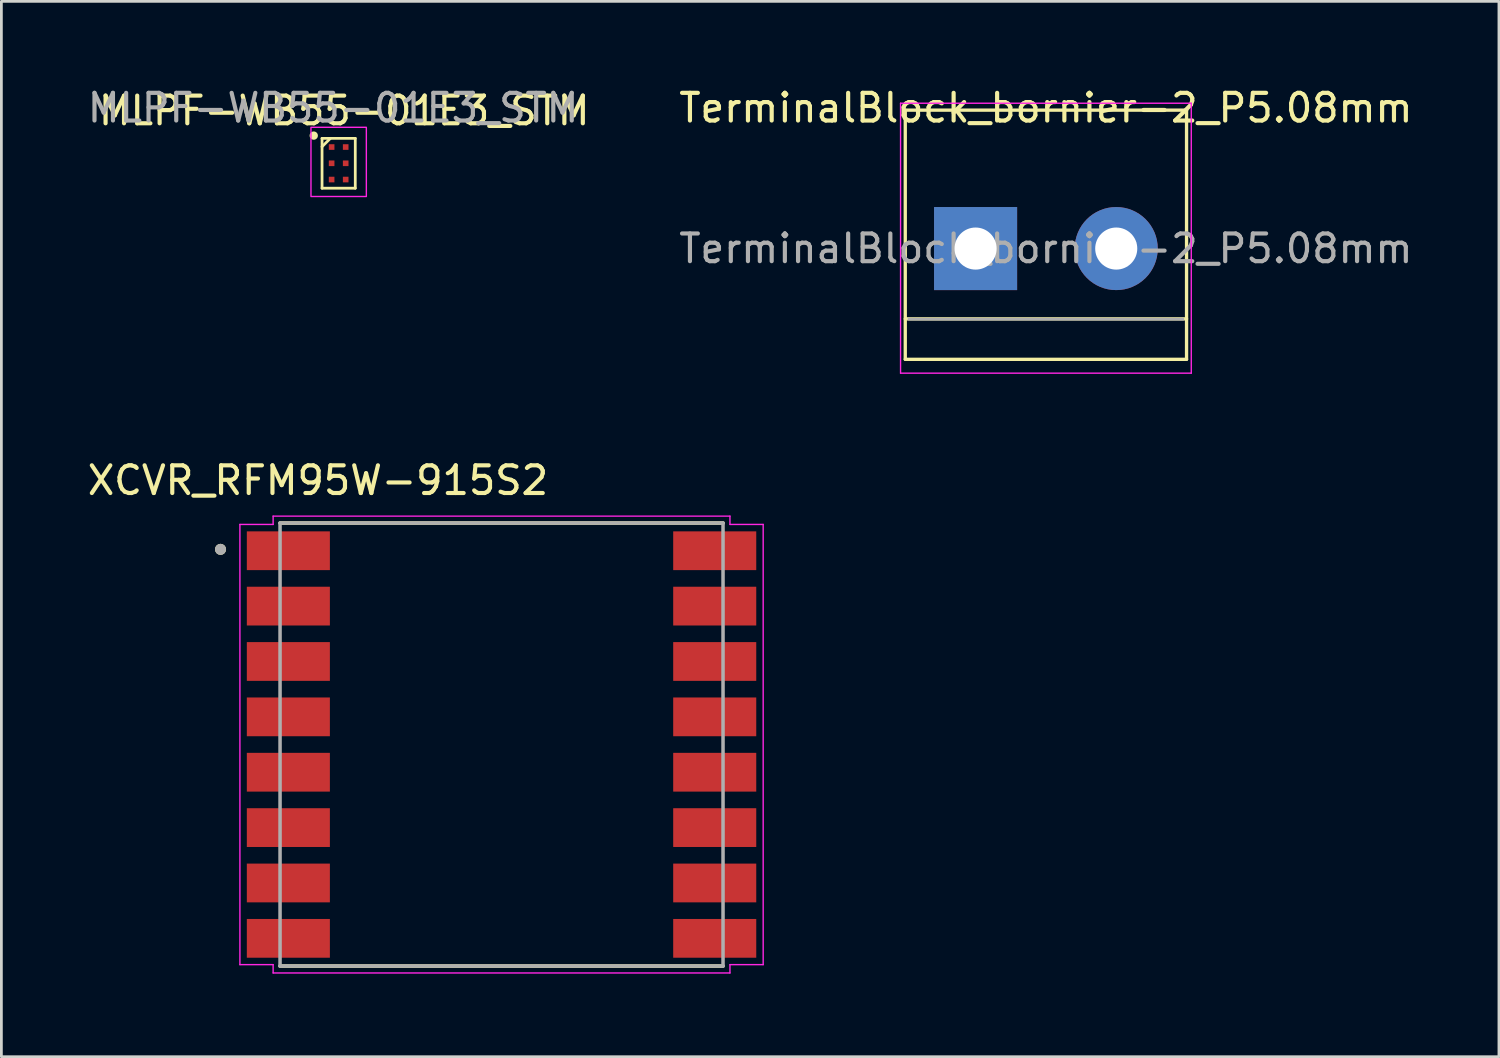
<source format=kicad_pcb>
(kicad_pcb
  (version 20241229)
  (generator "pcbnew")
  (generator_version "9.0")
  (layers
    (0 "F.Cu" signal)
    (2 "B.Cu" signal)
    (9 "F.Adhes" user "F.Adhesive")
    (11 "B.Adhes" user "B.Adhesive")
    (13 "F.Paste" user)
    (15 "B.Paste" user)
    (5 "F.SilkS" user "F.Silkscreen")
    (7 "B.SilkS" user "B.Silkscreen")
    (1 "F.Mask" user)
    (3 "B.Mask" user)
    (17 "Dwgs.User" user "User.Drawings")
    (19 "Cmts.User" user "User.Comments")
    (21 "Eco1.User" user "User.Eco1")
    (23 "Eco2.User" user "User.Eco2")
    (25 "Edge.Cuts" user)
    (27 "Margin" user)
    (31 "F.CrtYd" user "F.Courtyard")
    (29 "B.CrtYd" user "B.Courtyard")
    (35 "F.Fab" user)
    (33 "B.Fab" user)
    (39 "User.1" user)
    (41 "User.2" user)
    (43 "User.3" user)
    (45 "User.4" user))
  (footprint "MLPF-WB55-01E3_STM"
    (layer "F.Cu")
    (at 9.182 2.848)
    (property "Reference" "MLPF-WB55-01E3_STM" (at 0.2 -1.9 0) (unlocked yes) (layer "F.SilkS") (effects (font (size 1 1) (thickness 0.15))))
    (attr smd)
    (fp_line (start -0.6 -0.9) (end 0.6 -0.9) (stroke (width 0.1) (type default)) (layer "F.SilkS"))
    (fp_line (start -0.6 -0.6) (end -0.3 -0.9) (stroke (width 0.1) (type default)) (layer "F.SilkS"))
    (fp_line (start -0.6 0.9) (end -0.6 -0.9) (stroke (width 0.1) (type default)) (layer "F.SilkS"))
    (fp_line (start 0.6 -0.9) (end 0.6 0.9) (stroke (width 0.1) (type default)) (layer "F.SilkS"))
    (fp_line (start 0.6 0.9) (end -0.6 0.9) (stroke (width 0.1) (type default)) (layer "F.SilkS"))
    (fp_circle (center -0.9 -1) (end -0.8 -1) (stroke (width 0.1) (type solid)) (fill yes) (layer "F.SilkS"))
    (fp_rect (start 1 1.2) (end -1 -1.3) (stroke (width 0.05) (type default)) (fill no) (layer "F.CrtYd"))
    (fp_text user "${REFERENCE}" (at -0.2 -2 0) (unlocked yes) (layer "F.Fab") (effects (font (size 1 1) (thickness 0.15))))
    (pad "1" smd rect (at -0.254 -0.587) (size 0.203 0.203) (layers "F.Cu" "F.Mask" "F.Paste"))
    (pad "2" smd rect (at -0.254 0) (size 0.203 0.203) (layers "F.Cu" "F.Mask" "F.Paste"))
    (pad "3" smd rect (at -0.254 0.587) (size 0.203 0.203) (layers "F.Cu" "F.Mask" "F.Paste"))
    (pad "4" smd rect (at 0.254 0.587) (size 0.203 0.203) (layers "F.Cu" "F.Mask" "F.Paste"))
    (pad "5" smd rect (at 0.254 0) (size 0.203 0.203) (layers "F.Cu" "F.Mask" "F.Paste"))
    (pad "6" smd rect (at 0.254 -0.587) (size 0.203 0.203) (layers "F.Cu" "F.Mask" "F.Paste")))
  (footprint "XCVR_RFM95W-915S2"
    (layer "F.Cu")
    (at 15.065 23.842)
    (property "Reference" "XCVR_RFM95W-915S2" (at -6.631 -9.54 0) (layer "F.SilkS") (effects (font (size 1 1) (thickness 0.15))))
    (attr through_hole)
    (fp_line (start -8 -8) (end 8 -8) (stroke (width 0.127) (type solid)) (layer "F.SilkS"))
    (fp_line (start -8 8) (end 8 8) (stroke (width 0.127) (type solid)) (layer "F.SilkS"))
    (fp_circle (center -10.15 -7.05) (end -10.05 -7.05) (stroke (width 0.2) (type solid)) (fill no) (layer "F.SilkS"))
    (fp_line (start -9.45 -7.95) (end -8.25 -7.95) (stroke (width 0.05) (type solid)) (layer "F.CrtYd"))
    (fp_line (start -9.45 7.95) (end -9.45 -7.95) (stroke (width 0.05) (type solid)) (layer "F.CrtYd"))
    (fp_line (start -8.25 -8.25) (end 8.25 -8.25) (stroke (width 0.05) (type solid)) (layer "F.CrtYd"))
    (fp_line (start -8.25 -7.95) (end -8.25 -8.25) (stroke (width 0.05) (type solid)) (layer "F.CrtYd"))
    (fp_line (start -8.25 7.95) (end -9.45 7.95) (stroke (width 0.05) (type solid)) (layer "F.CrtYd"))
    (fp_line (start -8.25 8.25) (end -8.25 7.95) (stroke (width 0.05) (type solid)) (layer "F.CrtYd"))
    (fp_line (start 8.25 -8.25) (end 8.25 -7.95) (stroke (width 0.05) (type solid)) (layer "F.CrtYd"))
    (fp_line (start 8.25 -7.95) (end 9.45 -7.95) (stroke (width 0.05) (type solid)) (layer "F.CrtYd"))
    (fp_line (start 8.25 7.95) (end 8.25 8.25) (stroke (width 0.05) (type solid)) (layer "F.CrtYd"))
    (fp_line (start 8.25 8.25) (end -8.25 8.25) (stroke (width 0.05) (type solid)) (layer "F.CrtYd"))
    (fp_line (start 9.45 -7.95) (end 9.45 7.95) (stroke (width 0.05) (type solid)) (layer "F.CrtYd"))
    (fp_line (start 9.45 7.95) (end 8.25 7.95) (stroke (width 0.05) (type solid)) (layer "F.CrtYd"))
    (fp_line (start -8 -8) (end 8 -8) (stroke (width 0.127) (type solid)) (layer "F.Fab"))
    (fp_line (start -8 8) (end -8 -8) (stroke (width 0.127) (type solid)) (layer "F.Fab"))
    (fp_line (start 8 -8) (end 8 8) (stroke (width 0.127) (type solid)) (layer "F.Fab"))
    (fp_line (start 8 8) (end -8 8) (stroke (width 0.127) (type solid)) (layer "F.Fab"))
    (fp_circle (center -10.15 -7.05) (end -10.05 -7.05) (stroke (width 0.2) (type solid)) (fill no) (layer "F.Fab"))
    (pad "1" smd rect (at -7.7 -7) (size 3 1.4) (layers "F.Cu" "F.Mask" "F.Paste"))
    (pad "2" smd rect (at -7.7 -5) (size 3 1.4) (layers "F.Cu" "F.Mask" "F.Paste"))
    (pad "3" smd rect (at -7.7 -3) (size 3 1.4) (layers "F.Cu" "F.Mask" "F.Paste"))
    (pad "4" smd rect (at -7.7 -1) (size 3 1.4) (layers "F.Cu" "F.Mask" "F.Paste"))
    (pad "5" smd rect (at -7.7 1) (size 3 1.4) (layers "F.Cu" "F.Mask" "F.Paste"))
    (pad "6" smd rect (at -7.7 3) (size 3 1.4) (layers "F.Cu" "F.Mask" "F.Paste"))
    (pad "7" smd rect (at -7.7 5) (size 3 1.4) (layers "F.Cu" "F.Mask" "F.Paste"))
    (pad "8" smd rect (at -7.7 7) (size 3 1.4) (layers "F.Cu" "F.Mask" "F.Paste"))
    (pad "9" smd rect (at 7.7 7) (size 3 1.4) (layers "F.Cu" "F.Mask" "F.Paste"))
    (pad "10" smd rect (at 7.7 5) (size 3 1.4) (layers "F.Cu" "F.Mask" "F.Paste"))
    (pad "11" smd rect (at 7.7 3) (size 3 1.4) (layers "F.Cu" "F.Mask" "F.Paste"))
    (pad "12" smd rect (at 7.7 1) (size 3 1.4) (layers "F.Cu" "F.Mask" "F.Paste"))
    (pad "13" smd rect (at 7.7 -1) (size 3 1.4) (layers "F.Cu" "F.Mask" "F.Paste"))
    (pad "14" smd rect (at 7.7 -3) (size 3 1.4) (layers "F.Cu" "F.Mask" "F.Paste"))
    (pad "15" smd rect (at 7.7 -5) (size 3 1.4) (layers "F.Cu" "F.Mask" "F.Paste"))
    (pad "16" smd rect (at 7.7 -7) (size 3 1.4) (layers "F.Cu" "F.Mask" "F.Paste")))
  (footprint "TerminalBlock_bornier-2_P5.08mm"
    (layer "F.Cu")
    (at 32.187 5.928)
    (property "Reference" "TerminalBlock_bornier-2_P5.08mm" (at 2.54 -5.08 0) (layer "F.SilkS") (effects (font (size 1 1) (thickness 0.15))))
    (attr through_hole)
    (fp_line (start -2.54 -5) (end -2.54 4) (stroke (width 0.12) (type solid)) (layer "F.SilkS"))
    (fp_line (start -2.54 4) (end 7.62 4) (stroke (width 0.12) (type solid)) (layer "F.SilkS"))
    (fp_line (start 7.62 -5) (end -2.54 -5) (stroke (width 0.12) (type solid)) (layer "F.SilkS"))
    (fp_line (start 7.62 2.54) (end -2.54 2.54) (stroke (width 0.12) (type solid)) (layer "F.SilkS"))
    (fp_line (start 7.62 4) (end 7.62 -5) (stroke (width 0.12) (type solid)) (layer "F.SilkS"))
    (fp_line (start -2.71 -5.25) (end -2.71 4.5) (stroke (width 0.05) (type solid)) (layer "F.CrtYd"))
    (fp_line (start -2.71 -5.25) (end 7.79 -5.25) (stroke (width 0.05) (type solid)) (layer "F.CrtYd"))
    (fp_line (start 7.79 4.5) (end -2.71 4.5) (stroke (width 0.05) (type solid)) (layer "F.CrtYd"))
    (fp_line (start 7.79 4.5) (end 7.79 -5.25) (stroke (width 0.05) (type solid)) (layer "F.CrtYd"))
    (fp_line (start -2.41 2.55) (end 7.49 2.55) (stroke (width 0.1) (type solid)) (layer "F.Fab"))
    (fp_text user "${REFERENCE}" (at 2.54 0 0) (layer "F.Fab") (effects (font (size 1 1) (thickness 0.15))))
    (pad "1" thru_hole rect (at 0 0) (size 3 3) (drill 1.52) (layers "*.Cu" "*.Mask"))
    (pad "2" thru_hole circle (at 5.08 0) (size 3 3) (drill 1.52) (layers "*.Cu" "*.Mask")))
  (gr_rect
    (start -3 -3)
    (end 51.09 35.117)
    (stroke (width 0.1) (type default))
    (fill no)
    (layer "Edge.Cuts")))
</source>
